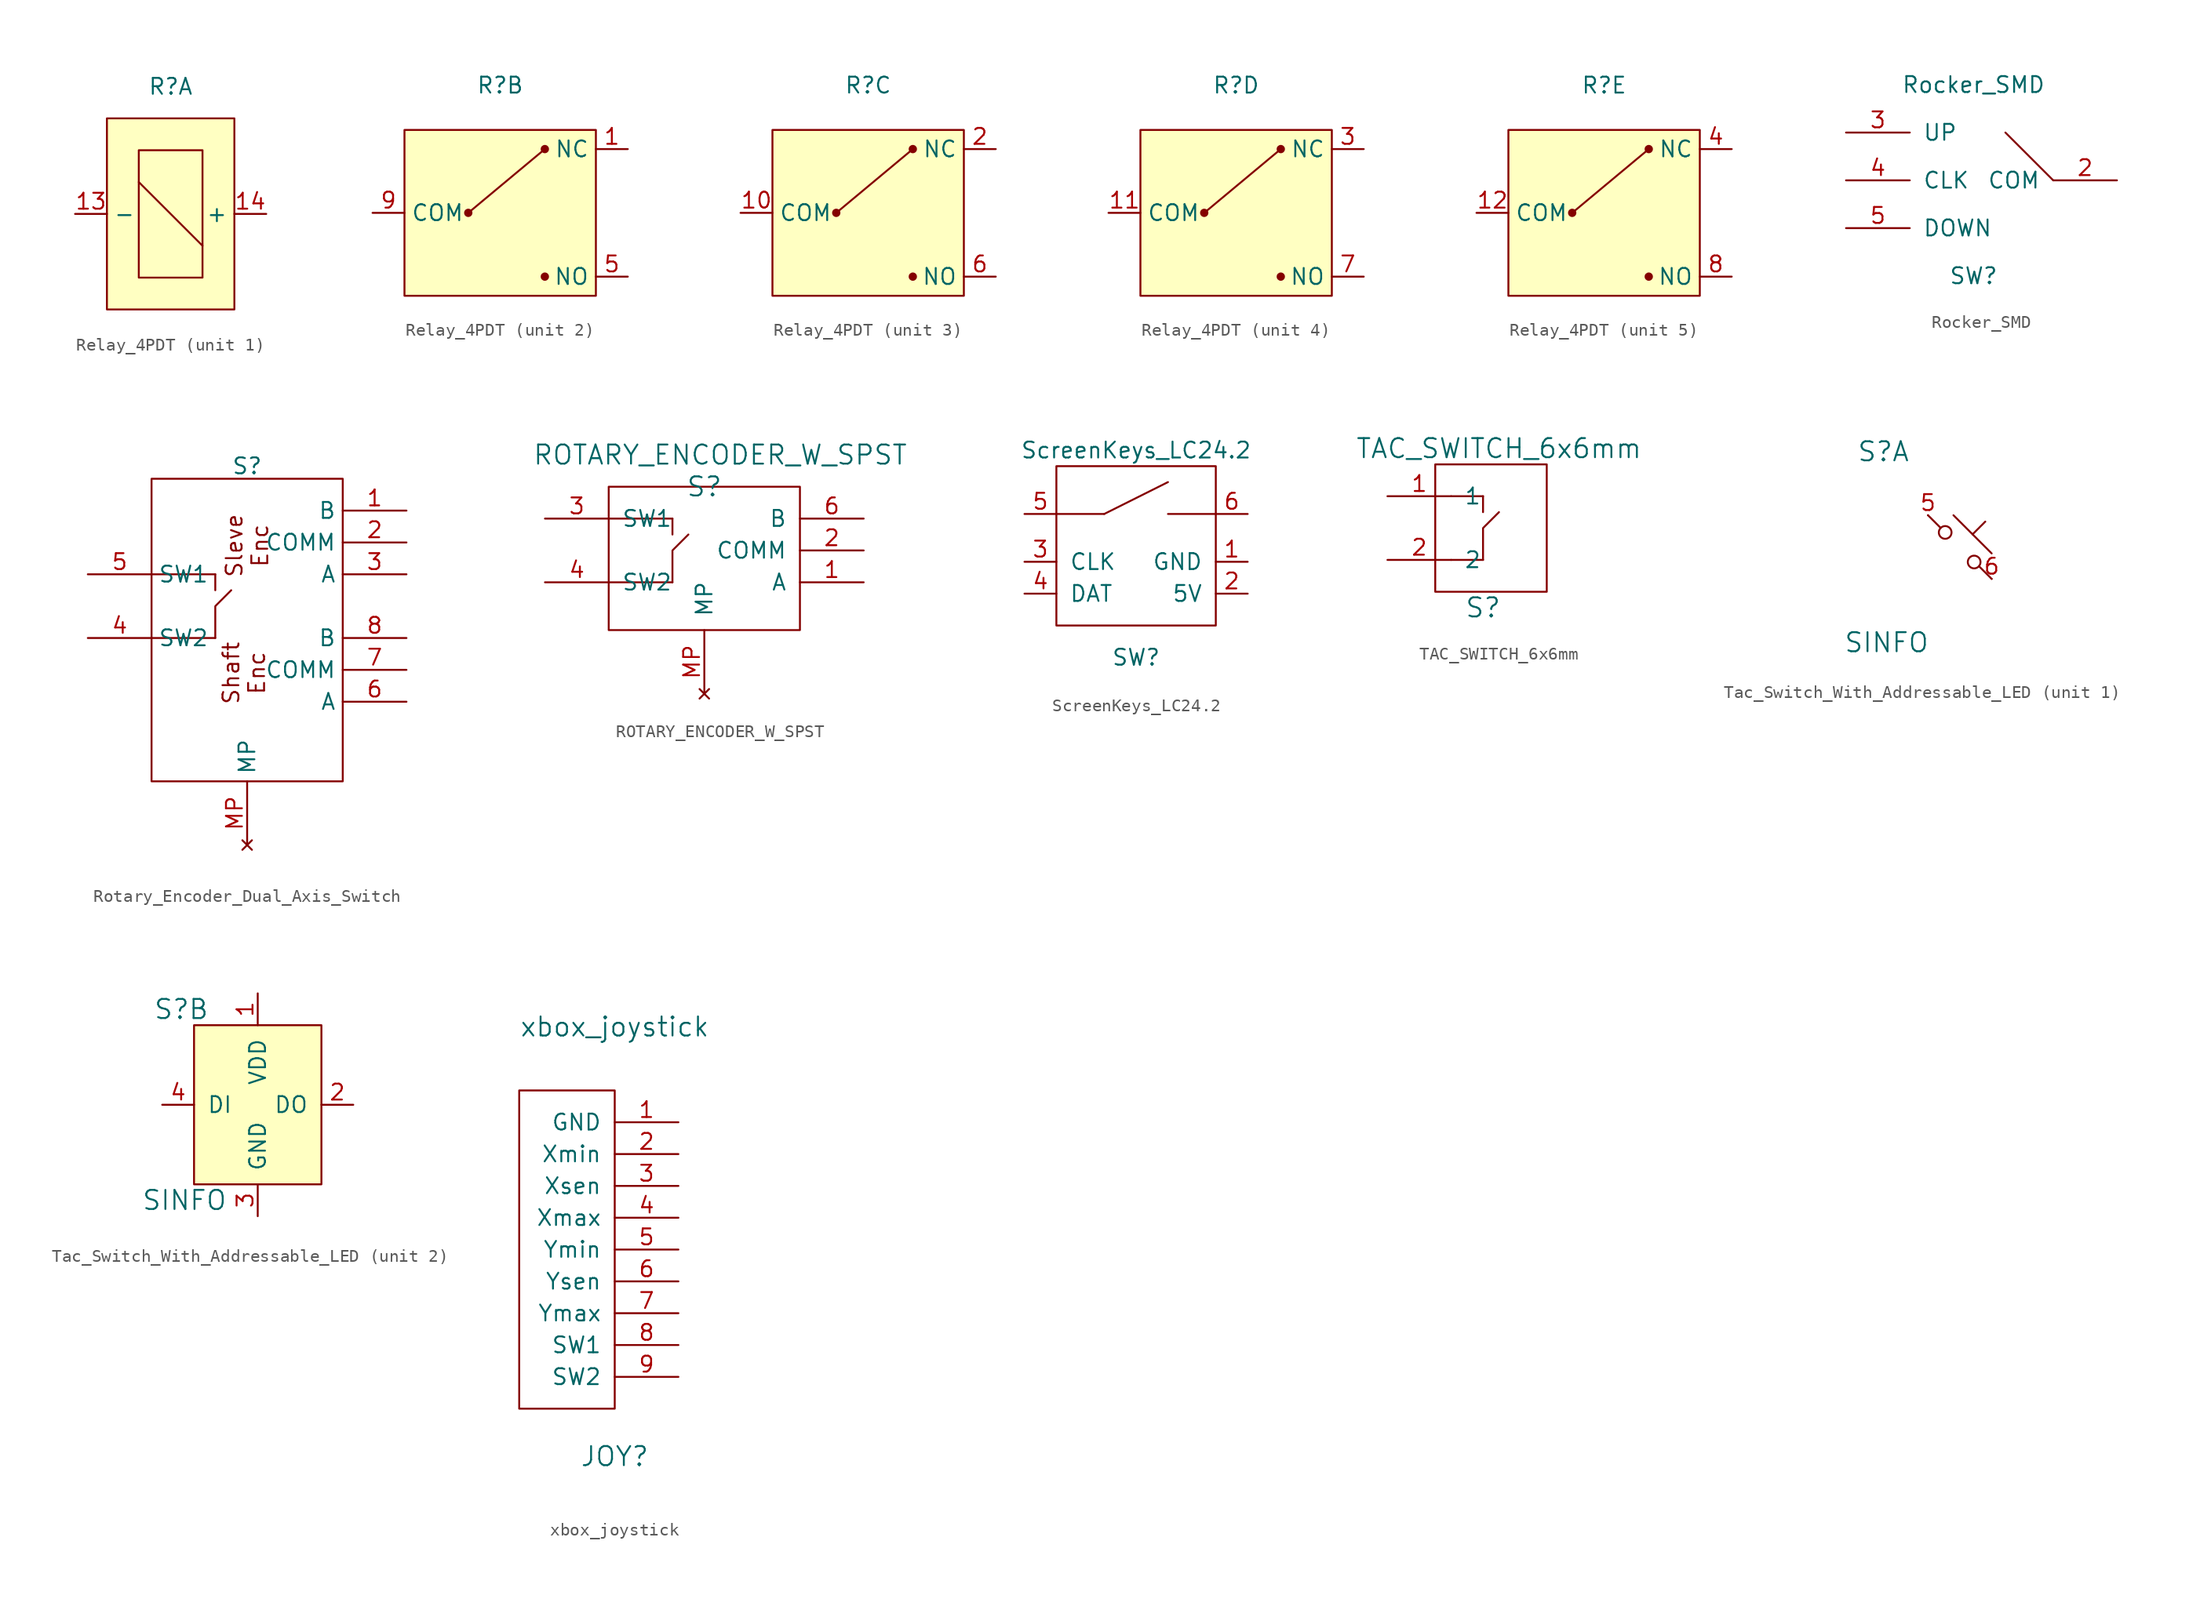
<source format=kicad_sym>
(kicad_symbol_lib
  (version 20241209)
  (generator "kicad_symbol_editor")
  (generator_version "9.0")
  (symbol "Relay_4PDT"
    (property "Reference" "R"
      (at 0 10.16 0)
      (effects (font (size 1.27 1.27))))
    (property "Value" ""
      (at 4.318 0 0)
      (effects (font (size 1.27 1.27))))
    (property "ki_locked" ""
      (at 0 0 0)
      (effects (font (size 1.27 1.27))))
    (symbol "Relay_4PDT_1_1"
      (rectangle (start -5.08 7.62) (end 5.08 -7.62) (stroke (width 0) (type default)) (fill (type background)))
      (rectangle (start -2.54 5.08) (end 2.54 -5.08) (stroke (width 0) (type default)) (fill (type background)))
      (polyline (pts (xy -2.54 2.54) (xy 2.54 -2.54)) (stroke (width 0) (type default)) (fill (type none)))
      (pin input line (at -7.62 0 0) (length 2.54) (name "-" (effects (font (size 1.27 1.27)))) (number "13" (effects (font (size 1.27 1.27)))))
      (pin input line (at 7.62 0 180) (length 2.54) (name "+" (effects (font (size 1.27 1.27)))) (number "14" (effects (font (size 1.27 1.27))))))
    (symbol "Relay_4PDT_2_1"
      (rectangle (start -7.62 6.604) (end 7.62 -6.604) (stroke (width 0) (type default)) (fill (type background)))
      (circle (center -2.54 0) (radius 0.254) (stroke (width 0) (type default)) (fill (type outline)))
      (polyline (pts (xy -2.54 0) (xy 3.556 5.08)) (stroke (width 0) (type default)) (fill (type none)))
      (circle (center 3.556 5.08) (radius 0.254) (stroke (width 0) (type default)) (fill (type outline)))
      (circle (center 3.556 -5.08) (radius 0.254) (stroke (width 0) (type default)) (fill (type outline)))
      (pin input line (at -10.16 0 0) (length 2.54) (name "COM" (effects (font (size 1.27 1.27)))) (number "9" (effects (font (size 1.27 1.27)))))
      (pin input line (at 10.16 5.08 180) (length 2.54) (name "NC" (effects (font (size 1.27 1.27)))) (number "1" (effects (font (size 1.27 1.27)))))
      (pin input line (at 10.16 -5.08 180) (length 2.54) (name "NO" (effects (font (size 1.27 1.27)))) (number "5" (effects (font (size 1.27 1.27))))))
    (symbol "Relay_4PDT_3_1"
      (rectangle (start -7.62 6.604) (end 7.62 -6.604) (stroke (width 0) (type default)) (fill (type background)))
      (circle (center -2.54 0) (radius 0.254) (stroke (width 0) (type default)) (fill (type outline)))
      (polyline (pts (xy -2.54 0) (xy 3.556 5.08)) (stroke (width 0) (type default)) (fill (type none)))
      (circle (center 3.556 5.08) (radius 0.254) (stroke (width 0) (type default)) (fill (type outline)))
      (circle (center 3.556 -5.08) (radius 0.254) (stroke (width 0) (type default)) (fill (type outline)))
      (pin input line (at -10.16 0 0) (length 2.54) (name "COM" (effects (font (size 1.27 1.27)))) (number "10" (effects (font (size 1.27 1.27)))))
      (pin input line (at 10.16 5.08 180) (length 2.54) (name "NC" (effects (font (size 1.27 1.27)))) (number "2" (effects (font (size 1.27 1.27)))))
      (pin input line (at 10.16 -5.08 180) (length 2.54) (name "NO" (effects (font (size 1.27 1.27)))) (number "6" (effects (font (size 1.27 1.27))))))
    (symbol "Relay_4PDT_4_1"
      (rectangle (start -7.62 6.604) (end 7.62 -6.604) (stroke (width 0) (type default)) (fill (type background)))
      (circle (center -2.54 0) (radius 0.254) (stroke (width 0) (type default)) (fill (type outline)))
      (polyline (pts (xy -2.54 0) (xy 3.556 5.08)) (stroke (width 0) (type default)) (fill (type none)))
      (circle (center 3.556 5.08) (radius 0.254) (stroke (width 0) (type default)) (fill (type outline)))
      (circle (center 3.556 -5.08) (radius 0.254) (stroke (width 0) (type default)) (fill (type outline)))
      (pin input line (at -10.16 0 0) (length 2.54) (name "COM" (effects (font (size 1.27 1.27)))) (number "11" (effects (font (size 1.27 1.27)))))
      (pin input line (at 10.16 5.08 180) (length 2.54) (name "NC" (effects (font (size 1.27 1.27)))) (number "3" (effects (font (size 1.27 1.27)))))
      (pin input line (at 10.16 -5.08 180) (length 2.54) (name "NO" (effects (font (size 1.27 1.27)))) (number "7" (effects (font (size 1.27 1.27))))))
    (symbol "Relay_4PDT_5_1"
      (rectangle (start -7.62 6.604) (end 7.62 -6.604) (stroke (width 0) (type default)) (fill (type background)))
      (circle (center -2.54 0) (radius 0.254) (stroke (width 0) (type default)) (fill (type outline)))
      (polyline (pts (xy -2.54 0) (xy 3.556 5.08)) (stroke (width 0) (type default)) (fill (type none)))
      (circle (center 3.556 5.08) (radius 0.254) (stroke (width 0) (type default)) (fill (type outline)))
      (circle (center 3.556 -5.08) (radius 0.254) (stroke (width 0) (type default)) (fill (type outline)))
      (pin input line (at -10.16 0 0) (length 2.54) (name "COM" (effects (font (size 1.27 1.27)))) (number "12" (effects (font (size 1.27 1.27)))))
      (pin input line (at 10.16 5.08 180) (length 2.54) (name "NC" (effects (font (size 1.27 1.27)))) (number "4" (effects (font (size 1.27 1.27)))))
      (pin input line (at 10.16 -5.08 180) (length 2.54) (name "NO" (effects (font (size 1.27 1.27)))) (number "8" (effects (font (size 1.27 1.27)))))))
  (symbol "Rocker_SMD"
    (pin_names
      (offset 1.016))
    (property "Reference" "SW"
      (at 0 -7.62 0)
      (effects (font (size 1.27 1.27))))
    (property "Value" "Rocker_SMD"
      (at 0 7.62 0)
      (effects (font (size 1.27 1.27))))
    (symbol "Rocker_SMD_0_1"
      (polyline (pts (xy 6.35 0) (xy 2.54 3.81)) (stroke (width 0) (type default)) (fill (type none))))
    (symbol "Rocker_SMD_1_1"
      (pin input line (at -10.16 3.81 0) (length 5.08) (name "UP" (effects (font (size 1.27 1.27)))) (number "3" (effects (font (size 1.27 1.27)))))
      (pin input line (at -10.16 0 0) (length 5.08) (name "CLK" (effects (font (size 1.27 1.27)))) (number "4" (effects (font (size 1.27 1.27)))))
      (pin input line (at -10.16 -3.81 0) (length 5.08) (name "DOWN" (effects (font (size 1.27 1.27)))) (number "5" (effects (font (size 1.27 1.27)))))
      (pin input line (at 11.43 0 180) (length 5.08) (name "COM" (effects (font (size 1.27 1.27)))) (number "2" (effects (font (size 1.27 1.27)))))))
  (symbol "Rotary_Encoder_Dual_Axis_Switch"
    (property "Reference" "S"
      (at 0 11.176 0)
      (effects (font (size 1.27 1.27))))
    (property "Value" ""
      (at 0 5.08 0)
      (effects (font (size 1.27 1.27))))
    (symbol "Rotary_Encoder_Dual_Axis_Switch_0_1"
      (rectangle (start -7.62 10.16) (end 7.62 -13.97) (stroke (width 0) (type default)) (fill (type none)))
      (polyline (pts (xy -7.62 2.54) (xy -2.54 2.54)) (stroke (width 0) (type default)) (fill (type none)))
      (polyline (pts (xy -7.62 -2.54) (xy -2.54 -2.54)) (stroke (width 0) (type default)) (fill (type none)))
      (polyline (pts (xy -2.54 2.54) (xy -2.54 1.27)) (stroke (width 0) (type default)) (fill (type none)))
      (polyline (pts (xy -2.54 -2.54) (xy -2.54 0) (xy -1.27 1.27)) (stroke (width 0) (type default)) (fill (type none))))
    (symbol "Rotary_Encoder_Dual_Axis_Switch_1_1"
      (text "Shaft\nEnc" (at -0.254 -5.334 900) (effects (font (size 1.27 1.27))))
      (text "Sleve\nEnc" (at 0 4.826 900) (effects (font (size 1.27 1.27))))
      (pin input line (at -12.7 2.54 0) (length 5.08) (name "SW1" (effects (font (size 1.27 1.27)))) (number "5" (effects (font (size 1.27 1.27)))))
      (pin input line (at -12.7 -2.54 0) (length 5.08) (name "SW2" (effects (font (size 1.27 1.27)))) (number "4" (effects (font (size 1.27 1.27)))))
      (pin no_connect line (at 0 -19.05 90) (length 5.08) (name "MP" (effects (font (size 1.27 1.27)))) (number "MP" (effects (font (size 1.27 1.27)))))
      (pin input line (at 12.7 7.62 180) (length 5.08) (name "B" (effects (font (size 1.27 1.27)))) (number "1" (effects (font (size 1.27 1.27)))))
      (pin input line (at 12.7 5.08 180) (length 5.08) (name "COMM" (effects (font (size 1.27 1.27)))) (number "2" (effects (font (size 1.27 1.27)))))
      (pin input line (at 12.7 2.54 180) (length 5.08) (name "A" (effects (font (size 1.27 1.27)))) (number "3" (effects (font (size 1.27 1.27)))))
      (pin input line (at 12.7 -2.54 180) (length 5.08) (name "B" (effects (font (size 1.27 1.27)))) (number "8" (effects (font (size 1.27 1.27)))))
      (pin input line (at 12.7 -5.08 180) (length 5.08) (name "COMM" (effects (font (size 1.27 1.27)))) (number "7" (effects (font (size 1.27 1.27)))))
      (pin input line (at 12.7 -7.62 180) (length 5.08) (name "A" (effects (font (size 1.27 1.27)))) (number "6" (effects (font (size 1.27 1.27)))))))
  (symbol "ROTARY_ENCODER_W_SPST"
    (pin_names
      (offset 1.016))
    (property "Reference" "S"
      (at 0 5.08 0)
      (effects (font (size 1.524 1.524))))
    (property "Value" "ROTARY_ENCODER_W_SPST"
      (at 1.27 7.62 0)
      (effects (font (size 1.524 1.524))))
    (symbol "ROTARY_ENCODER_W_SPST_0_1"
      (rectangle (start -7.62 5.08) (end 7.62 -6.35) (stroke (width 0) (type default)) (fill (type none)))
      (polyline (pts (xy -7.62 2.54) (xy -2.54 2.54)) (stroke (width 0) (type default)) (fill (type none)))
      (polyline (pts (xy -7.62 -2.54) (xy -2.54 -2.54)) (stroke (width 0) (type default)) (fill (type none)))
      (polyline (pts (xy -2.54 2.54) (xy -2.54 1.27)) (stroke (width 0) (type default)) (fill (type none)))
      (polyline (pts (xy -2.54 -2.54) (xy -2.54 0) (xy -1.27 1.27)) (stroke (width 0) (type default)) (fill (type none))))
    (symbol "ROTARY_ENCODER_W_SPST_1_1"
      (pin input line (at -12.7 2.54 0) (length 5.08) (name "SW1" (effects (font (size 1.27 1.27)))) (number "3" (effects (font (size 1.27 1.27)))))
      (pin input line (at -12.7 2.54 0) (length 5.08) (hide yes) (name "SW1" (effects (font (size 1.27 1.27)))) (number "5" (effects (font (size 1.27 1.27)))))
      (pin input line (at -12.7 -2.54 0) (length 5.08) (name "SW2" (effects (font (size 1.27 1.27)))) (number "4" (effects (font (size 1.27 1.27)))))
      (pin no_connect line (at 0 -11.43 90) (length 5.08) (name "MP" (effects (font (size 1.27 1.27)))) (number "MP" (effects (font (size 1.27 1.27)))))
      (pin input line (at 12.7 2.54 180) (length 5.08) (name "B" (effects (font (size 1.27 1.27)))) (number "6" (effects (font (size 1.27 1.27)))))
      (pin input line (at 12.7 0 180) (length 5.08) (name "COMM" (effects (font (size 1.27 1.27)))) (number "2" (effects (font (size 1.27 1.27)))))
      (pin input line (at 12.7 -2.54 180) (length 5.08) (name "A" (effects (font (size 1.27 1.27)))) (number "1" (effects (font (size 1.27 1.27)))))))
  (symbol "ScreenKeys_LC24.2"
    (pin_names
      (offset 1.016))
    (property "Reference" "SW"
      (at 0 -7.62 0)
      (effects (font (size 1.27 1.27))))
    (property "Value" "ScreenKeys_LC24.2"
      (at 0 8.89 0)
      (effects (font (size 1.27 1.27))))
    (symbol "ScreenKeys_LC24.2_0_1"
      (polyline (pts (xy -6.35 7.62) (xy 6.35 7.62) (xy 6.35 -5.08) (xy -6.35 -5.08) (xy -6.35 7.62)) (stroke (width 0) (type default)) (fill (type none)))
      (polyline (pts (xy -6.35 3.81) (xy -2.54 3.81)) (stroke (width 0) (type default)) (fill (type none)))
      (polyline (pts (xy -2.54 3.81) (xy 2.54 6.35)) (stroke (width 0) (type default)) (fill (type none)))
      (polyline (pts (xy 2.54 3.81) (xy 6.35 3.81)) (stroke (width 0) (type default)) (fill (type none))))
    (symbol "ScreenKeys_LC24.2_1_1"
      (pin input line (at -8.89 3.81 0) (length 2.54) (name "~" (effects (font (size 1.27 1.27)))) (number "5" (effects (font (size 1.27 1.27)))))
      (pin input line (at -8.89 0 0) (length 2.54) (name "CLK" (effects (font (size 1.27 1.27)))) (number "3" (effects (font (size 1.27 1.27)))))
      (pin input line (at -8.89 -2.54 0) (length 2.54) (name "DAT" (effects (font (size 1.27 1.27)))) (number "4" (effects (font (size 1.27 1.27)))))
      (pin input line (at 8.89 3.81 180) (length 2.54) (name "~" (effects (font (size 1.27 1.27)))) (number "6" (effects (font (size 1.27 1.27)))))
      (pin input line (at 8.89 0 180) (length 2.54) (name "GND" (effects (font (size 1.27 1.27)))) (number "1" (effects (font (size 1.27 1.27)))))
      (pin input line (at 8.89 -2.54 180) (length 2.54) (name "5V" (effects (font (size 1.27 1.27)))) (number "2" (effects (font (size 1.27 1.27)))))))
  (symbol "TAC_SWITCH_6x6mm"
    (pin_names
      (offset 1.016))
    (property "Reference" "S"
      (at 0 -2.54 0)
      (effects (font (size 1.524 1.524))))
    (property "Value" "TAC_SWITCH_6x6mm"
      (at 1.27 10.16 0)
      (effects (font (size 1.524 1.524))))
    (symbol "TAC_SWITCH_6x6mm_0_1"
      (rectangle (start -3.81 8.89) (end 5.08 -1.27) (stroke (width 0) (type default)) (fill (type none)))
      (polyline (pts (xy -2.54 1.27) (xy 0 1.27)) (stroke (width 0) (type default)) (fill (type none)))
      (polyline (pts (xy 0 6.35) (xy -2.54 6.35)) (stroke (width 0) (type default)) (fill (type none)))
      (polyline (pts (xy 0 6.35) (xy 0 5.08)) (stroke (width 0) (type default)) (fill (type none)))
      (polyline (pts (xy 0 1.27) (xy 0 3.81) (xy 1.27 5.08)) (stroke (width 0) (type default)) (fill (type none))))
    (symbol "TAC_SWITCH_6x6mm_1_1"
      (pin input line (at -7.62 6.35 0) (length 5.08) (name "1" (effects (font (size 1.27 1.27)))) (number "1" (effects (font (size 1.27 1.27)))))
      (pin input line (at -7.62 1.27 0) (length 5.08) (name "2" (effects (font (size 1.27 1.27)))) (number "2" (effects (font (size 1.27 1.27)))))))
  (symbol "Tac_Switch_With_Addressable_LED"
    (pin_names
      (offset 1.016))
    (property "Reference" "S"
      (at -6.096 7.62 0)
      (do_not_autoplace)
      (effects (font (size 1.524 1.524))))
    (property "Value" "SINFO"
      (at -5.842 -7.62 0)
      (effects (font (size 1.524 1.524))))
    (property "ki_locked" ""
      (at 0 0 0)
      (effects (font (size 1.27 1.27))))
    (symbol "Tac_Switch_With_Addressable_LED_1_1"
      (polyline (pts (xy -2.54 2.54) (xy -1.524 1.524) (xy -1.524 1.524)) (stroke (width 0) (type solid)) (fill (type none)))
      (circle (center -1.168 1.168) (radius 0.508) (stroke (width 0) (type solid)) (fill (type none)))
      (polyline (pts (xy -0.508 2.54) (xy 2.54 -0.508)) (stroke (width 0) (type solid)) (fill (type none)))
      (polyline (pts (xy 1.016 1.016) (xy 2.032 2.032)) (stroke (width 0) (type solid)) (fill (type none)))
      (circle (center 1.143 -1.194) (radius 0.508) (stroke (width 0) (type solid)) (fill (type none)))
      (polyline (pts (xy 1.524 -1.524) (xy 2.54 -2.54) (xy 2.54 -2.54) (xy 2.54 -2.54)) (stroke (width 0) (type solid)) (fill (type none)))
      (pin passive line (at -2.54 2.54 0) (length 0) (name "" (effects (font (size 1.27 1.27)))) (number "5" (effects (font (size 1.27 1.27)))))
      (pin passive line (at 2.54 -2.54 180) (length 0) (name "" (effects (font (size 1.27 1.27)))) (number "6" (effects (font (size 1.27 1.27))))))
    (symbol "Tac_Switch_With_Addressable_LED_2_1"
      (rectangle (start -5.08 6.35) (end 5.08 -6.35) (stroke (width 0) (type solid)) (fill (type background)))
      (pin input line (at -7.62 0 0) (length 2.54) (name "DI" (effects (font (size 1.27 1.27)))) (number "4" (effects (font (size 1.27 1.27)))))
      (pin power_in line (at 0 8.89 270) (length 2.54) (name "VDD" (effects (font (size 1.27 1.27)))) (number "1" (effects (font (size 1.27 1.27)))))
      (pin power_in line (at 0 -8.89 90) (length 2.54) (name "GND" (effects (font (size 1.27 1.27)))) (number "3" (effects (font (size 1.27 1.27)))))
      (pin output line (at 7.62 0 180) (length 2.54) (name "DO" (effects (font (size 1.27 1.27)))) (number "2" (effects (font (size 1.27 1.27)))))))
  (symbol "xbox_joystick"
    (pin_names
      (offset 1.016))
    (property "Reference" "JOY"
      (at 0 -19.05 0)
      (effects (font (size 1.524 1.524))))
    (property "Value" "xbox_joystick"
      (at 0 15.24 0)
      (effects (font (size 1.524 1.524))))
    (symbol "xbox_joystick_0_1"
      (rectangle (start -7.62 10.16) (end 0 -15.24) (stroke (width 0) (type default)) (fill (type none))))
    (symbol "xbox_joystick_1_1"
      (pin input line (at 5.08 7.62 180) (length 5.08) (name "GND" (effects (font (size 1.27 1.27)))) (number "1" (effects (font (size 1.27 1.27)))))
      (pin input line (at 5.08 5.08 180) (length 5.08) (name "Xmin" (effects (font (size 1.27 1.27)))) (number "2" (effects (font (size 1.27 1.27)))))
      (pin input line (at 5.08 2.54 180) (length 5.08) (name "Xsen" (effects (font (size 1.27 1.27)))) (number "3" (effects (font (size 1.27 1.27)))))
      (pin input line (at 5.08 0 180) (length 5.08) (name "Xmax" (effects (font (size 1.27 1.27)))) (number "4" (effects (font (size 1.27 1.27)))))
      (pin input line (at 5.08 -2.54 180) (length 5.08) (name "Ymin" (effects (font (size 1.27 1.27)))) (number "5" (effects (font (size 1.27 1.27)))))
      (pin input line (at 5.08 -5.08 180) (length 5.08) (name "Ysen" (effects (font (size 1.27 1.27)))) (number "6" (effects (font (size 1.27 1.27)))))
      (pin input line (at 5.08 -7.62 180) (length 5.08) (name "Ymax" (effects (font (size 1.27 1.27)))) (number "7" (effects (font (size 1.27 1.27)))))
      (pin input line (at 5.08 -10.16 180) (length 5.08) (name "SW1" (effects (font (size 1.27 1.27)))) (number "8" (effects (font (size 1.27 1.27)))))
      (pin input line (at 5.08 -12.7 180) (length 5.08) (name "SW2" (effects (font (size 1.27 1.27)))) (number "9" (effects (font (size 1.27 1.27))))))))
</source>
